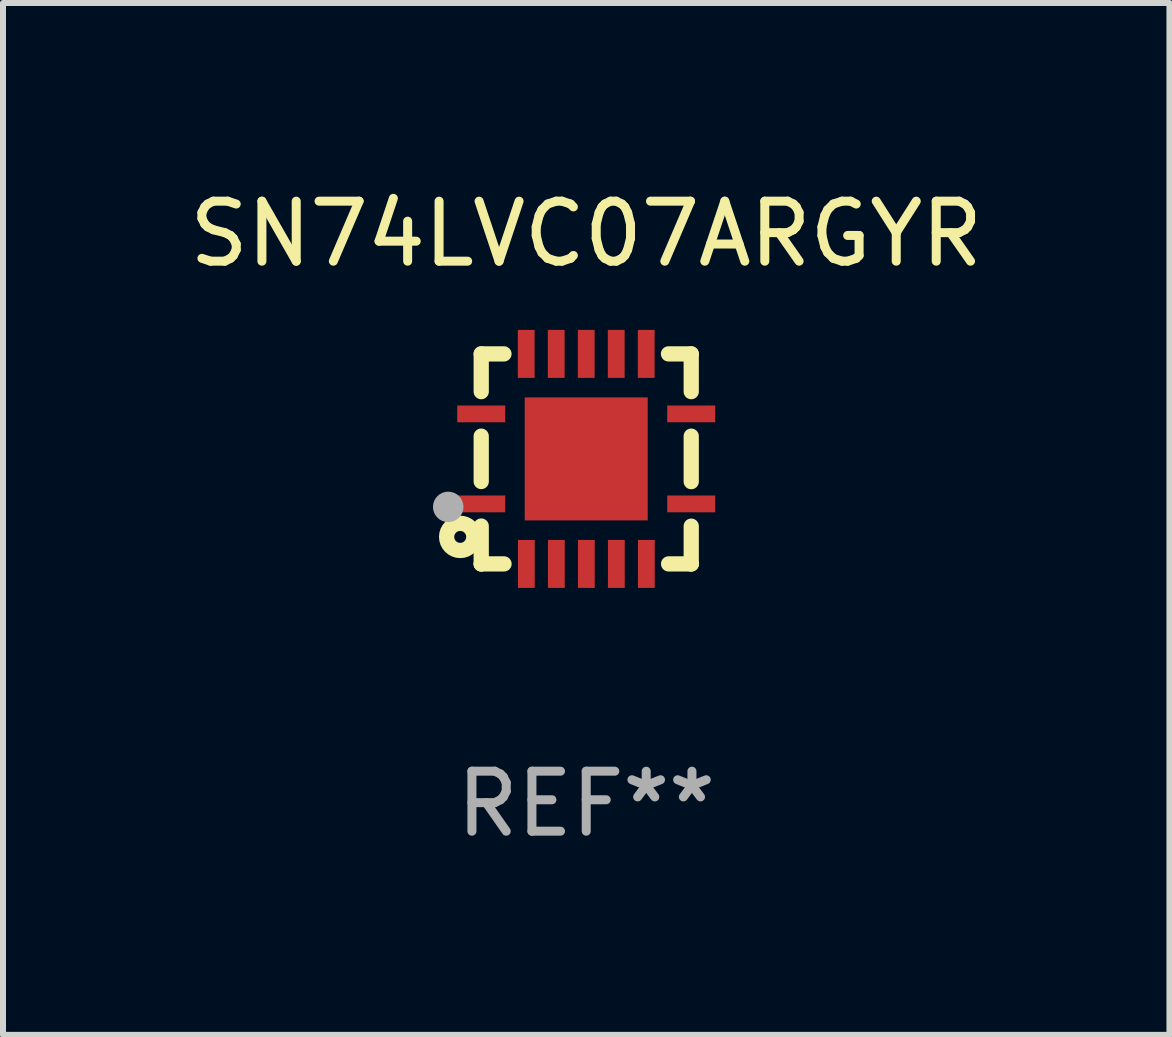
<source format=kicad_pcb>
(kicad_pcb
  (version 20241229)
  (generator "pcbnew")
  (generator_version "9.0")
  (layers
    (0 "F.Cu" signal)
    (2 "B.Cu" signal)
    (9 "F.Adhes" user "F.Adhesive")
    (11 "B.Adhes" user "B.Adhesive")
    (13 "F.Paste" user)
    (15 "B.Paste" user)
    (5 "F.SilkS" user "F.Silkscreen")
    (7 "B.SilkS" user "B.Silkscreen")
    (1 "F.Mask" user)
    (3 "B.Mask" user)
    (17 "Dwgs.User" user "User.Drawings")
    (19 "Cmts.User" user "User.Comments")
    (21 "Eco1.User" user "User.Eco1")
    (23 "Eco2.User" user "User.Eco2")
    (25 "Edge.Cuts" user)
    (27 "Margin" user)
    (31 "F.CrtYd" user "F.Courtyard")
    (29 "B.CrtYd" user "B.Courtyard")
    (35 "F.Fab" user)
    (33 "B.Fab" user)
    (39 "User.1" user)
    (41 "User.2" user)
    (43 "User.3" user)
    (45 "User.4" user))
  (footprint "SN74LVC07ARGYR"
    (layer "F.Cu")
    (at 6.72 4.598)
    (property "Reference" "SN74LVC07ARGYR" (at 0 -3.75 0) (layer "F.SilkS") (effects (font (size 1 1) (thickness 0.15))))
    (attr through_hole)
    (fp_line (start -1.75 1.75) (end -1.37 1.75) (stroke (width 0.254) (type solid)) (layer "F.SilkS"))
    (fp_line (start -1.75 -1.75) (end -1.75 -1.121) (stroke (width 0.254) (type solid)) (layer "F.SilkS"))
    (fp_line (start -1.75 -0.379) (end -1.75 0.377) (stroke (width 0.254) (type solid)) (layer "F.SilkS"))
    (fp_line (start -1.75 1.119) (end -1.75 1.75) (stroke (width 0.254) (type solid)) (layer "F.SilkS"))
    (fp_line (start -1.75 1.75) (end -1.75 1.75) (stroke (width 0.254) (type solid)) (layer "F.SilkS"))
    (fp_line (start -1.371 -1.75) (end -1.75 -1.75) (stroke (width 0.254) (type solid)) (layer "F.SilkS"))
    (fp_line (start 1.373 1.75) (end 1.75 1.75) (stroke (width 0.254) (type solid)) (layer "F.SilkS"))
    (fp_line (start 1.75 1.75) (end 1.75 1.75) (stroke (width 0.254) (type solid)) (layer "F.SilkS"))
    (fp_line (start 1.75 -1.75) (end 1.371 -1.75) (stroke (width 0.254) (type solid)) (layer "F.SilkS"))
    (fp_line (start 1.75 -1.121) (end 1.75 -1.75) (stroke (width 0.254) (type solid)) (layer "F.SilkS"))
    (fp_line (start 1.75 0.379) (end 1.75 -0.379) (stroke (width 0.254) (type solid)) (layer "F.SilkS"))
    (fp_line (start 1.75 1.75) (end 1.75 1.121) (stroke (width 0.254) (type solid)) (layer "F.SilkS"))
    (fp_circle (center -2.1 1.3) (end -2 1.3) (stroke (width 0.254) (type solid)) (fill no) (layer "F.SilkS"))
    (fp_circle (center -1.747 1.751) (end -1.717 1.751) (stroke (width 0.06) (type solid)) (fill no) (layer "F.SilkS"))
    (fp_circle (center -2.3 0.8) (end -2.173 0.8) (stroke (width 0.254) (type solid)) (fill no) (layer "F.Fab"))
    (fp_text user "REF**" (at 0 5.75 0) (layer "F.Fab") (effects (font (size 1 1) (thickness 0.15))))
    (pad "1" smd rect (at -1.75 0.75 270) (size 0.28 0.8) (layers "F.Cu" "F.Mask" "F.Paste"))
    (pad "2" smd rect (at -0.998 1.75 180) (size 0.28 0.8) (layers "F.Cu" "F.Mask" "F.Paste"))
    (pad "3" smd rect (at -0.498 1.75 180) (size 0.28 0.8) (layers "F.Cu" "F.Mask" "F.Paste"))
    (pad "4" smd rect (at 0.002 1.75 180) (size 0.28 0.8) (layers "F.Cu" "F.Mask" "F.Paste"))
    (pad "5" smd rect (at 0.502 1.75 180) (size 0.28 0.8) (layers "F.Cu" "F.Mask" "F.Paste"))
    (pad "6" smd rect (at 1.002 1.75 180) (size 0.28 0.8) (layers "F.Cu" "F.Mask" "F.Paste"))
    (pad "7" smd rect (at 1.75 0.75 270) (size 0.28 0.8) (layers "F.Cu" "F.Mask" "F.Paste"))
    (pad "8" smd rect (at 1.75 -0.75 270) (size 0.28 0.8) (layers "F.Cu" "F.Mask" "F.Paste"))
    (pad "9" smd rect (at 1 -1.75) (size 0.28 0.8) (layers "F.Cu" "F.Mask" "F.Paste"))
    (pad "10" smd rect (at 0.5 -1.75) (size 0.28 0.8) (layers "F.Cu" "F.Mask" "F.Paste"))
    (pad "11" smd rect (at 0 -1.75) (size 0.28 0.8) (layers "F.Cu" "F.Mask" "F.Paste"))
    (pad "12" smd rect (at -0.5 -1.75) (size 0.28 0.8) (layers "F.Cu" "F.Mask" "F.Paste"))
    (pad "13" smd rect (at -1 -1.75) (size 0.28 0.8) (layers "F.Cu" "F.Mask" "F.Paste"))
    (pad "14" smd rect (at -1.75 -0.75 90) (size 0.28 0.8) (layers "F.Cu" "F.Mask" "F.Paste"))
    (pad "15" smd rect (at 0 0 180) (size 2.05 2.05) (layers "F.Cu" "F.Mask" "F.Paste")))
  (gr_rect
    (start -3 -3)
    (end 16.44 14.197)
    (stroke (width 0.1) (type default))
    (fill no)
    (layer "Edge.Cuts")))
</source>
